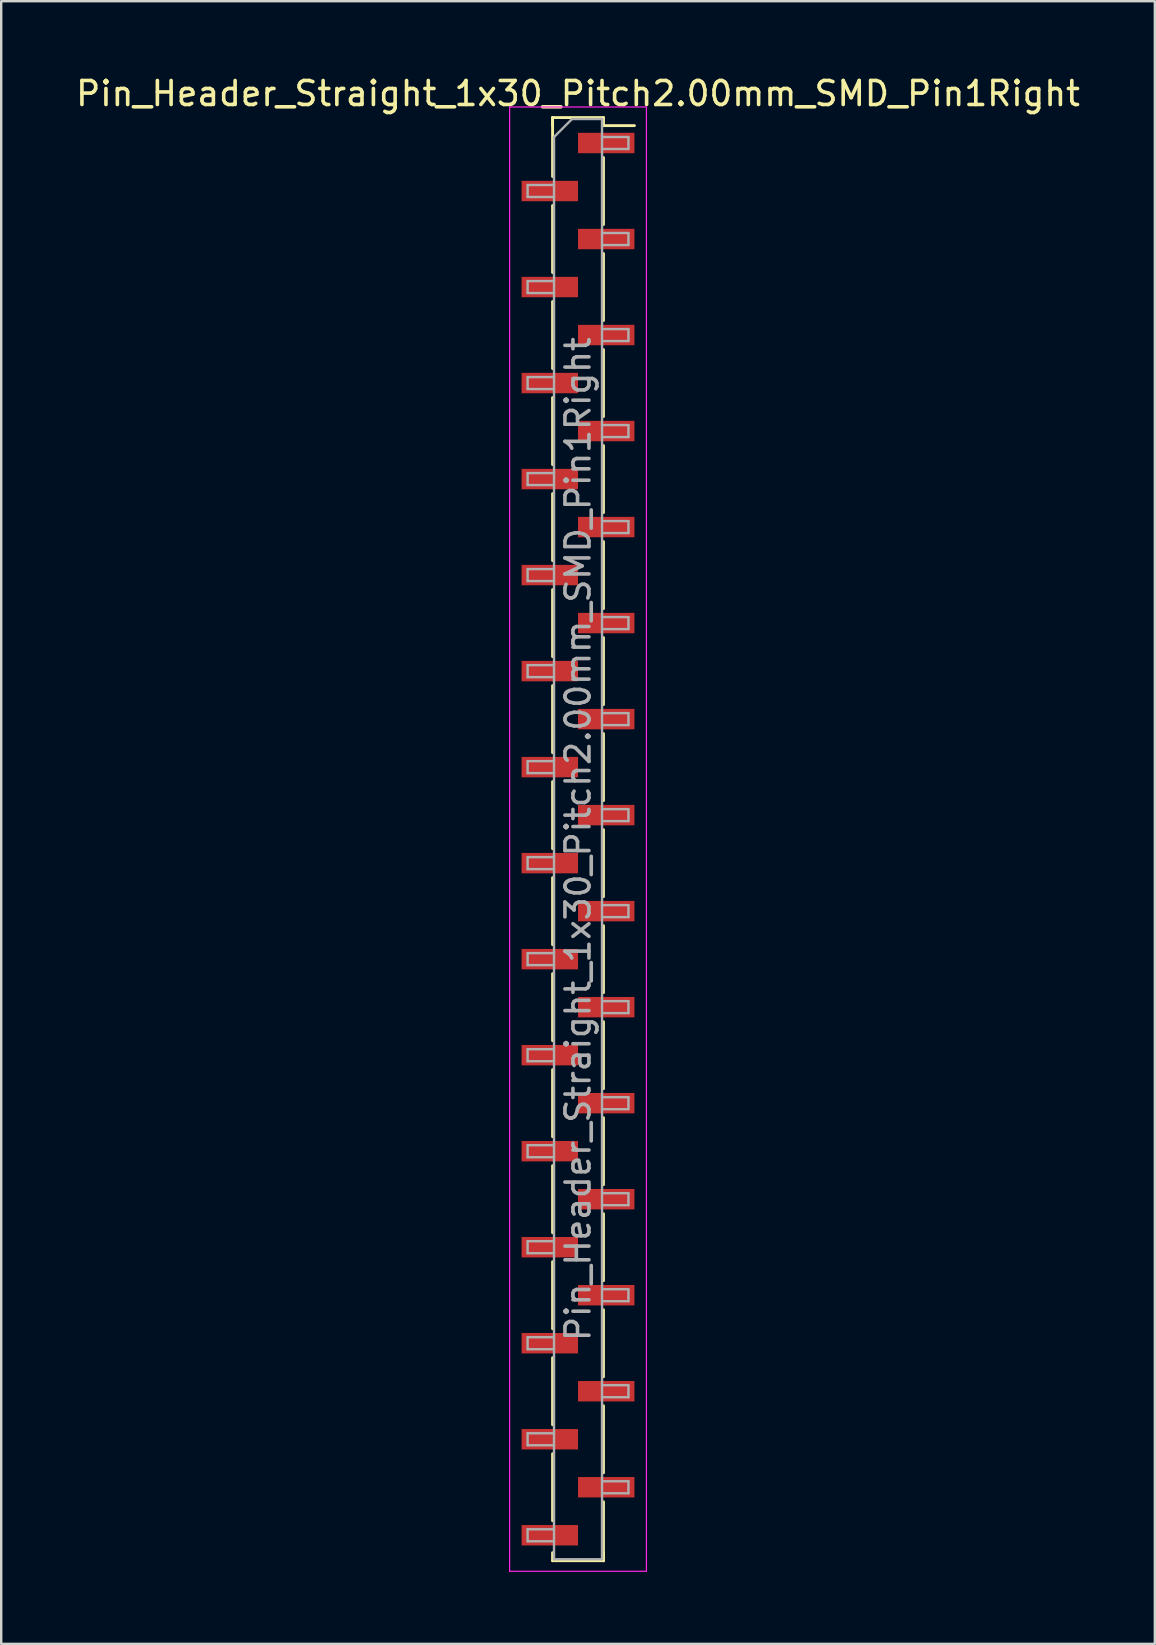
<source format=kicad_pcb>
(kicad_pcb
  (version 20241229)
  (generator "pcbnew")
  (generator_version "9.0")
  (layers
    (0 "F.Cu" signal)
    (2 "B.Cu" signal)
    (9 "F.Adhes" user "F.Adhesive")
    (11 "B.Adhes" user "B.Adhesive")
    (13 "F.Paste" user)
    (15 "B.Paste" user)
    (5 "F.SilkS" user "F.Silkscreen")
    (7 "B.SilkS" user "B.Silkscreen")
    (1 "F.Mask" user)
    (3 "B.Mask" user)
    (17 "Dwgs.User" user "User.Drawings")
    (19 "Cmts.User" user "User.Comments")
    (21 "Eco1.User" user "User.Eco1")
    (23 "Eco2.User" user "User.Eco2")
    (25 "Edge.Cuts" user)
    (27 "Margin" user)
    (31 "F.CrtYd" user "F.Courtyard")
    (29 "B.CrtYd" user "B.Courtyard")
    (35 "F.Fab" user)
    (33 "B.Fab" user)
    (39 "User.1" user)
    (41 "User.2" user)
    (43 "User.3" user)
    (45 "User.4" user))
  (footprint "Pin_Header_Straight_1x30_Pitch2.00mm_SMD_Pin1Right"
    (layer "F.Cu")
    (at 21.03 31.908)
    (property "Reference" "Pin_Header_Straight_1x30_Pitch2.00mm_SMD_Pin1Right" (at 0 -31.06 0) (layer "F.SilkS") (effects (font (size 1 1) (thickness 0.15))))
    (attr smd)
    (fp_line (start -1.06 -30.06) (end -1.06 -27.605) (stroke (width 0.12) (type solid)) (layer "F.SilkS"))
    (fp_line (start -1.06 -30.06) (end 1.06 -30.06) (stroke (width 0.12) (type solid)) (layer "F.SilkS"))
    (fp_line (start -1.06 -29.725) (end -1.06 -30.06) (stroke (width 0.12) (type solid)) (layer "F.SilkS"))
    (fp_line (start -1.06 -26.395) (end -1.06 -23.605) (stroke (width 0.12) (type solid)) (layer "F.SilkS"))
    (fp_line (start -1.06 -22.395) (end -1.06 -19.605) (stroke (width 0.12) (type solid)) (layer "F.SilkS"))
    (fp_line (start -1.06 -18.395) (end -1.06 -15.605) (stroke (width 0.12) (type solid)) (layer "F.SilkS"))
    (fp_line (start -1.06 -14.395) (end -1.06 -11.605) (stroke (width 0.12) (type solid)) (layer "F.SilkS"))
    (fp_line (start -1.06 -10.395) (end -1.06 -7.605) (stroke (width 0.12) (type solid)) (layer "F.SilkS"))
    (fp_line (start -1.06 -6.395) (end -1.06 -3.605) (stroke (width 0.12) (type solid)) (layer "F.SilkS"))
    (fp_line (start -1.06 -2.395) (end -1.06 0.395) (stroke (width 0.12) (type solid)) (layer "F.SilkS"))
    (fp_line (start -1.06 1.605) (end -1.06 4.395) (stroke (width 0.12) (type solid)) (layer "F.SilkS"))
    (fp_line (start -1.06 5.605) (end -1.06 8.395) (stroke (width 0.12) (type solid)) (layer "F.SilkS"))
    (fp_line (start -1.06 9.605) (end -1.06 12.395) (stroke (width 0.12) (type solid)) (layer "F.SilkS"))
    (fp_line (start -1.06 13.605) (end -1.06 16.395) (stroke (width 0.12) (type solid)) (layer "F.SilkS"))
    (fp_line (start -1.06 17.605) (end -1.06 20.395) (stroke (width 0.12) (type solid)) (layer "F.SilkS"))
    (fp_line (start -1.06 21.605) (end -1.06 24.395) (stroke (width 0.12) (type solid)) (layer "F.SilkS"))
    (fp_line (start -1.06 25.605) (end -1.06 28.395) (stroke (width 0.12) (type solid)) (layer "F.SilkS"))
    (fp_line (start -1.06 29.725) (end -1.06 30.06) (stroke (width 0.12) (type solid)) (layer "F.SilkS"))
    (fp_line (start -1.06 30.06) (end 1.06 30.06) (stroke (width 0.12) (type solid)) (layer "F.SilkS"))
    (fp_line (start 1.06 -30.06) (end 1.06 -29.725) (stroke (width 0.12) (type solid)) (layer "F.SilkS"))
    (fp_line (start 1.06 -29.725) (end 2.35 -29.725) (stroke (width 0.12) (type solid)) (layer "F.SilkS"))
    (fp_line (start 1.06 -28.395) (end 1.06 -25.605) (stroke (width 0.12) (type solid)) (layer "F.SilkS"))
    (fp_line (start 1.06 -24.395) (end 1.06 -21.605) (stroke (width 0.12) (type solid)) (layer "F.SilkS"))
    (fp_line (start 1.06 -20.395) (end 1.06 -17.605) (stroke (width 0.12) (type solid)) (layer "F.SilkS"))
    (fp_line (start 1.06 -16.395) (end 1.06 -13.605) (stroke (width 0.12) (type solid)) (layer "F.SilkS"))
    (fp_line (start 1.06 -12.395) (end 1.06 -9.605) (stroke (width 0.12) (type solid)) (layer "F.SilkS"))
    (fp_line (start 1.06 -8.395) (end 1.06 -5.605) (stroke (width 0.12) (type solid)) (layer "F.SilkS"))
    (fp_line (start 1.06 -4.395) (end 1.06 -1.605) (stroke (width 0.12) (type solid)) (layer "F.SilkS"))
    (fp_line (start 1.06 -0.395) (end 1.06 2.395) (stroke (width 0.12) (type solid)) (layer "F.SilkS"))
    (fp_line (start 1.06 3.605) (end 1.06 6.395) (stroke (width 0.12) (type solid)) (layer "F.SilkS"))
    (fp_line (start 1.06 7.605) (end 1.06 10.395) (stroke (width 0.12) (type solid)) (layer "F.SilkS"))
    (fp_line (start 1.06 11.605) (end 1.06 14.395) (stroke (width 0.12) (type solid)) (layer "F.SilkS"))
    (fp_line (start 1.06 15.605) (end 1.06 18.395) (stroke (width 0.12) (type solid)) (layer "F.SilkS"))
    (fp_line (start 1.06 19.605) (end 1.06 22.395) (stroke (width 0.12) (type solid)) (layer "F.SilkS"))
    (fp_line (start 1.06 23.605) (end 1.06 26.395) (stroke (width 0.12) (type solid)) (layer "F.SilkS"))
    (fp_line (start 1.06 27.605) (end 1.06 30.06) (stroke (width 0.12) (type solid)) (layer "F.SilkS"))
    (fp_line (start 1.06 30.06) (end 1.06 29.725) (stroke (width 0.12) (type solid)) (layer "F.SilkS"))
    (fp_line (start -2.85 -30.5) (end -2.85 30.5) (stroke (width 0.05) (type solid)) (layer "F.CrtYd"))
    (fp_line (start -2.85 30.5) (end 2.85 30.5) (stroke (width 0.05) (type solid)) (layer "F.CrtYd"))
    (fp_line (start 2.85 -30.5) (end -2.85 -30.5) (stroke (width 0.05) (type solid)) (layer "F.CrtYd"))
    (fp_line (start 2.85 30.5) (end 2.85 -30.5) (stroke (width 0.05) (type solid)) (layer "F.CrtYd"))
    (fp_line (start -2.1 -27.25) (end -2.1 -26.75) (stroke (width 0.1) (type solid)) (layer "F.Fab"))
    (fp_line (start -2.1 -26.75) (end -1 -26.75) (stroke (width 0.1) (type solid)) (layer "F.Fab"))
    (fp_line (start -2.1 -23.25) (end -2.1 -22.75) (stroke (width 0.1) (type solid)) (layer "F.Fab"))
    (fp_line (start -2.1 -22.75) (end -1 -22.75) (stroke (width 0.1) (type solid)) (layer "F.Fab"))
    (fp_line (start -2.1 -19.25) (end -2.1 -18.75) (stroke (width 0.1) (type solid)) (layer "F.Fab"))
    (fp_line (start -2.1 -18.75) (end -1 -18.75) (stroke (width 0.1) (type solid)) (layer "F.Fab"))
    (fp_line (start -2.1 -15.25) (end -2.1 -14.75) (stroke (width 0.1) (type solid)) (layer "F.Fab"))
    (fp_line (start -2.1 -14.75) (end -1 -14.75) (stroke (width 0.1) (type solid)) (layer "F.Fab"))
    (fp_line (start -2.1 -11.25) (end -2.1 -10.75) (stroke (width 0.1) (type solid)) (layer "F.Fab"))
    (fp_line (start -2.1 -10.75) (end -1 -10.75) (stroke (width 0.1) (type solid)) (layer "F.Fab"))
    (fp_line (start -2.1 -7.25) (end -2.1 -6.75) (stroke (width 0.1) (type solid)) (layer "F.Fab"))
    (fp_line (start -2.1 -6.75) (end -1 -6.75) (stroke (width 0.1) (type solid)) (layer "F.Fab"))
    (fp_line (start -2.1 -3.25) (end -2.1 -2.75) (stroke (width 0.1) (type solid)) (layer "F.Fab"))
    (fp_line (start -2.1 -2.75) (end -1 -2.75) (stroke (width 0.1) (type solid)) (layer "F.Fab"))
    (fp_line (start -2.1 0.75) (end -2.1 1.25) (stroke (width 0.1) (type solid)) (layer "F.Fab"))
    (fp_line (start -2.1 1.25) (end -1 1.25) (stroke (width 0.1) (type solid)) (layer "F.Fab"))
    (fp_line (start -2.1 4.75) (end -2.1 5.25) (stroke (width 0.1) (type solid)) (layer "F.Fab"))
    (fp_line (start -2.1 5.25) (end -1 5.25) (stroke (width 0.1) (type solid)) (layer "F.Fab"))
    (fp_line (start -2.1 8.75) (end -2.1 9.25) (stroke (width 0.1) (type solid)) (layer "F.Fab"))
    (fp_line (start -2.1 9.25) (end -1 9.25) (stroke (width 0.1) (type solid)) (layer "F.Fab"))
    (fp_line (start -2.1 12.75) (end -2.1 13.25) (stroke (width 0.1) (type solid)) (layer "F.Fab"))
    (fp_line (start -2.1 13.25) (end -1 13.25) (stroke (width 0.1) (type solid)) (layer "F.Fab"))
    (fp_line (start -2.1 16.75) (end -2.1 17.25) (stroke (width 0.1) (type solid)) (layer "F.Fab"))
    (fp_line (start -2.1 17.25) (end -1 17.25) (stroke (width 0.1) (type solid)) (layer "F.Fab"))
    (fp_line (start -2.1 20.75) (end -2.1 21.25) (stroke (width 0.1) (type solid)) (layer "F.Fab"))
    (fp_line (start -2.1 21.25) (end -1 21.25) (stroke (width 0.1) (type solid)) (layer "F.Fab"))
    (fp_line (start -2.1 24.75) (end -2.1 25.25) (stroke (width 0.1) (type solid)) (layer "F.Fab"))
    (fp_line (start -2.1 25.25) (end -1 25.25) (stroke (width 0.1) (type solid)) (layer "F.Fab"))
    (fp_line (start -2.1 28.75) (end -2.1 29.25) (stroke (width 0.1) (type solid)) (layer "F.Fab"))
    (fp_line (start -2.1 29.25) (end -1 29.25) (stroke (width 0.1) (type solid)) (layer "F.Fab"))
    (fp_line (start -1 -29.25) (end -0.25 -30) (stroke (width 0.1) (type solid)) (layer "F.Fab"))
    (fp_line (start -1 -27.25) (end -2.1 -27.25) (stroke (width 0.1) (type solid)) (layer "F.Fab"))
    (fp_line (start -1 -23.25) (end -2.1 -23.25) (stroke (width 0.1) (type solid)) (layer "F.Fab"))
    (fp_line (start -1 -19.25) (end -2.1 -19.25) (stroke (width 0.1) (type solid)) (layer "F.Fab"))
    (fp_line (start -1 -15.25) (end -2.1 -15.25) (stroke (width 0.1) (type solid)) (layer "F.Fab"))
    (fp_line (start -1 -11.25) (end -2.1 -11.25) (stroke (width 0.1) (type solid)) (layer "F.Fab"))
    (fp_line (start -1 -7.25) (end -2.1 -7.25) (stroke (width 0.1) (type solid)) (layer "F.Fab"))
    (fp_line (start -1 -3.25) (end -2.1 -3.25) (stroke (width 0.1) (type solid)) (layer "F.Fab"))
    (fp_line (start -1 0.75) (end -2.1 0.75) (stroke (width 0.1) (type solid)) (layer "F.Fab"))
    (fp_line (start -1 4.75) (end -2.1 4.75) (stroke (width 0.1) (type solid)) (layer "F.Fab"))
    (fp_line (start -1 8.75) (end -2.1 8.75) (stroke (width 0.1) (type solid)) (layer "F.Fab"))
    (fp_line (start -1 12.75) (end -2.1 12.75) (stroke (width 0.1) (type solid)) (layer "F.Fab"))
    (fp_line (start -1 16.75) (end -2.1 16.75) (stroke (width 0.1) (type solid)) (layer "F.Fab"))
    (fp_line (start -1 20.75) (end -2.1 20.75) (stroke (width 0.1) (type solid)) (layer "F.Fab"))
    (fp_line (start -1 24.75) (end -2.1 24.75) (stroke (width 0.1) (type solid)) (layer "F.Fab"))
    (fp_line (start -1 28.75) (end -2.1 28.75) (stroke (width 0.1) (type solid)) (layer "F.Fab"))
    (fp_line (start -1 30) (end -1 -29.25) (stroke (width 0.1) (type solid)) (layer "F.Fab"))
    (fp_line (start -0.25 -30) (end 1 -30) (stroke (width 0.1) (type solid)) (layer "F.Fab"))
    (fp_line (start 1 -30) (end 1 30) (stroke (width 0.1) (type solid)) (layer "F.Fab"))
    (fp_line (start 1 -29.25) (end 2.1 -29.25) (stroke (width 0.1) (type solid)) (layer "F.Fab"))
    (fp_line (start 1 -25.25) (end 2.1 -25.25) (stroke (width 0.1) (type solid)) (layer "F.Fab"))
    (fp_line (start 1 -21.25) (end 2.1 -21.25) (stroke (width 0.1) (type solid)) (layer "F.Fab"))
    (fp_line (start 1 -17.25) (end 2.1 -17.25) (stroke (width 0.1) (type solid)) (layer "F.Fab"))
    (fp_line (start 1 -13.25) (end 2.1 -13.25) (stroke (width 0.1) (type solid)) (layer "F.Fab"))
    (fp_line (start 1 -9.25) (end 2.1 -9.25) (stroke (width 0.1) (type solid)) (layer "F.Fab"))
    (fp_line (start 1 -5.25) (end 2.1 -5.25) (stroke (width 0.1) (type solid)) (layer "F.Fab"))
    (fp_line (start 1 -1.25) (end 2.1 -1.25) (stroke (width 0.1) (type solid)) (layer "F.Fab"))
    (fp_line (start 1 2.75) (end 2.1 2.75) (stroke (width 0.1) (type solid)) (layer "F.Fab"))
    (fp_line (start 1 6.75) (end 2.1 6.75) (stroke (width 0.1) (type solid)) (layer "F.Fab"))
    (fp_line (start 1 10.75) (end 2.1 10.75) (stroke (width 0.1) (type solid)) (layer "F.Fab"))
    (fp_line (start 1 14.75) (end 2.1 14.75) (stroke (width 0.1) (type solid)) (layer "F.Fab"))
    (fp_line (start 1 18.75) (end 2.1 18.75) (stroke (width 0.1) (type solid)) (layer "F.Fab"))
    (fp_line (start 1 22.75) (end 2.1 22.75) (stroke (width 0.1) (type solid)) (layer "F.Fab"))
    (fp_line (start 1 26.75) (end 2.1 26.75) (stroke (width 0.1) (type solid)) (layer "F.Fab"))
    (fp_line (start 1 30) (end -1 30) (stroke (width 0.1) (type solid)) (layer "F.Fab"))
    (fp_line (start 2.1 -29.25) (end 2.1 -28.75) (stroke (width 0.1) (type solid)) (layer "F.Fab"))
    (fp_line (start 2.1 -28.75) (end 1 -28.75) (stroke (width 0.1) (type solid)) (layer "F.Fab"))
    (fp_line (start 2.1 -25.25) (end 2.1 -24.75) (stroke (width 0.1) (type solid)) (layer "F.Fab"))
    (fp_line (start 2.1 -24.75) (end 1 -24.75) (stroke (width 0.1) (type solid)) (layer "F.Fab"))
    (fp_line (start 2.1 -21.25) (end 2.1 -20.75) (stroke (width 0.1) (type solid)) (layer "F.Fab"))
    (fp_line (start 2.1 -20.75) (end 1 -20.75) (stroke (width 0.1) (type solid)) (layer "F.Fab"))
    (fp_line (start 2.1 -17.25) (end 2.1 -16.75) (stroke (width 0.1) (type solid)) (layer "F.Fab"))
    (fp_line (start 2.1 -16.75) (end 1 -16.75) (stroke (width 0.1) (type solid)) (layer "F.Fab"))
    (fp_line (start 2.1 -13.25) (end 2.1 -12.75) (stroke (width 0.1) (type solid)) (layer "F.Fab"))
    (fp_line (start 2.1 -12.75) (end 1 -12.75) (stroke (width 0.1) (type solid)) (layer "F.Fab"))
    (fp_line (start 2.1 -9.25) (end 2.1 -8.75) (stroke (width 0.1) (type solid)) (layer "F.Fab"))
    (fp_line (start 2.1 -8.75) (end 1 -8.75) (stroke (width 0.1) (type solid)) (layer "F.Fab"))
    (fp_line (start 2.1 -5.25) (end 2.1 -4.75) (stroke (width 0.1) (type solid)) (layer "F.Fab"))
    (fp_line (start 2.1 -4.75) (end 1 -4.75) (stroke (width 0.1) (type solid)) (layer "F.Fab"))
    (fp_line (start 2.1 -1.25) (end 2.1 -0.75) (stroke (width 0.1) (type solid)) (layer "F.Fab"))
    (fp_line (start 2.1 -0.75) (end 1 -0.75) (stroke (width 0.1) (type solid)) (layer "F.Fab"))
    (fp_line (start 2.1 2.75) (end 2.1 3.25) (stroke (width 0.1) (type solid)) (layer "F.Fab"))
    (fp_line (start 2.1 3.25) (end 1 3.25) (stroke (width 0.1) (type solid)) (layer "F.Fab"))
    (fp_line (start 2.1 6.75) (end 2.1 7.25) (stroke (width 0.1) (type solid)) (layer "F.Fab"))
    (fp_line (start 2.1 7.25) (end 1 7.25) (stroke (width 0.1) (type solid)) (layer "F.Fab"))
    (fp_line (start 2.1 10.75) (end 2.1 11.25) (stroke (width 0.1) (type solid)) (layer "F.Fab"))
    (fp_line (start 2.1 11.25) (end 1 11.25) (stroke (width 0.1) (type solid)) (layer "F.Fab"))
    (fp_line (start 2.1 14.75) (end 2.1 15.25) (stroke (width 0.1) (type solid)) (layer "F.Fab"))
    (fp_line (start 2.1 15.25) (end 1 15.25) (stroke (width 0.1) (type solid)) (layer "F.Fab"))
    (fp_line (start 2.1 18.75) (end 2.1 19.25) (stroke (width 0.1) (type solid)) (layer "F.Fab"))
    (fp_line (start 2.1 19.25) (end 1 19.25) (stroke (width 0.1) (type solid)) (layer "F.Fab"))
    (fp_line (start 2.1 22.75) (end 2.1 23.25) (stroke (width 0.1) (type solid)) (layer "F.Fab"))
    (fp_line (start 2.1 23.25) (end 1 23.25) (stroke (width 0.1) (type solid)) (layer "F.Fab"))
    (fp_line (start 2.1 26.75) (end 2.1 27.25) (stroke (width 0.1) (type solid)) (layer "F.Fab"))
    (fp_line (start 2.1 27.25) (end 1 27.25) (stroke (width 0.1) (type solid)) (layer "F.Fab"))
    (fp_text user "${REFERENCE}" (at 0 0 90) (layer "F.Fab") (effects (font (size 1 1) (thickness 0.15))))
    (pad "1" smd rect (at 1.175 -29) (size 2.35 0.85) (layers "F.Cu" "F.Mask" "F.Paste"))
    (pad "2" smd rect (at -1.175 -27) (size 2.35 0.85) (layers "F.Cu" "F.Mask" "F.Paste"))
    (pad "3" smd rect (at 1.175 -25) (size 2.35 0.85) (layers "F.Cu" "F.Mask" "F.Paste"))
    (pad "4" smd rect (at -1.175 -23) (size 2.35 0.85) (layers "F.Cu" "F.Mask" "F.Paste"))
    (pad "5" smd rect (at 1.175 -21) (size 2.35 0.85) (layers "F.Cu" "F.Mask" "F.Paste"))
    (pad "6" smd rect (at -1.175 -19) (size 2.35 0.85) (layers "F.Cu" "F.Mask" "F.Paste"))
    (pad "7" smd rect (at 1.175 -17) (size 2.35 0.85) (layers "F.Cu" "F.Mask" "F.Paste"))
    (pad "8" smd rect (at -1.175 -15) (size 2.35 0.85) (layers "F.Cu" "F.Mask" "F.Paste"))
    (pad "9" smd rect (at 1.175 -13) (size 2.35 0.85) (layers "F.Cu" "F.Mask" "F.Paste"))
    (pad "10" smd rect (at -1.175 -11) (size 2.35 0.85) (layers "F.Cu" "F.Mask" "F.Paste"))
    (pad "11" smd rect (at 1.175 -9) (size 2.35 0.85) (layers "F.Cu" "F.Mask" "F.Paste"))
    (pad "12" smd rect (at -1.175 -7) (size 2.35 0.85) (layers "F.Cu" "F.Mask" "F.Paste"))
    (pad "13" smd rect (at 1.175 -5) (size 2.35 0.85) (layers "F.Cu" "F.Mask" "F.Paste"))
    (pad "14" smd rect (at -1.175 -3) (size 2.35 0.85) (layers "F.Cu" "F.Mask" "F.Paste"))
    (pad "15" smd rect (at 1.175 -1) (size 2.35 0.85) (layers "F.Cu" "F.Mask" "F.Paste"))
    (pad "16" smd rect (at -1.175 1) (size 2.35 0.85) (layers "F.Cu" "F.Mask" "F.Paste"))
    (pad "17" smd rect (at 1.175 3) (size 2.35 0.85) (layers "F.Cu" "F.Mask" "F.Paste"))
    (pad "18" smd rect (at -1.175 5) (size 2.35 0.85) (layers "F.Cu" "F.Mask" "F.Paste"))
    (pad "19" smd rect (at 1.175 7) (size 2.35 0.85) (layers "F.Cu" "F.Mask" "F.Paste"))
    (pad "20" smd rect (at -1.175 9) (size 2.35 0.85) (layers "F.Cu" "F.Mask" "F.Paste"))
    (pad "21" smd rect (at 1.175 11) (size 2.35 0.85) (layers "F.Cu" "F.Mask" "F.Paste"))
    (pad "22" smd rect (at -1.175 13) (size 2.35 0.85) (layers "F.Cu" "F.Mask" "F.Paste"))
    (pad "23" smd rect (at 1.175 15) (size 2.35 0.85) (layers "F.Cu" "F.Mask" "F.Paste"))
    (pad "24" smd rect (at -1.175 17) (size 2.35 0.85) (layers "F.Cu" "F.Mask" "F.Paste"))
    (pad "25" smd rect (at 1.175 19) (size 2.35 0.85) (layers "F.Cu" "F.Mask" "F.Paste"))
    (pad "26" smd rect (at -1.175 21) (size 2.35 0.85) (layers "F.Cu" "F.Mask" "F.Paste"))
    (pad "27" smd rect (at 1.175 23) (size 2.35 0.85) (layers "F.Cu" "F.Mask" "F.Paste"))
    (pad "28" smd rect (at -1.175 25) (size 2.35 0.85) (layers "F.Cu" "F.Mask" "F.Paste"))
    (pad "29" smd rect (at 1.175 27) (size 2.35 0.85) (layers "F.Cu" "F.Mask" "F.Paste"))
    (pad "30" smd rect (at -1.175 29) (size 2.35 0.85) (layers "F.Cu" "F.Mask" "F.Paste")))
  (gr_rect
    (start -3 -3)
    (end 45.06 65.433)
    (stroke (width 0.1) (type default))
    (fill no)
    (layer "Edge.Cuts")))
</source>
